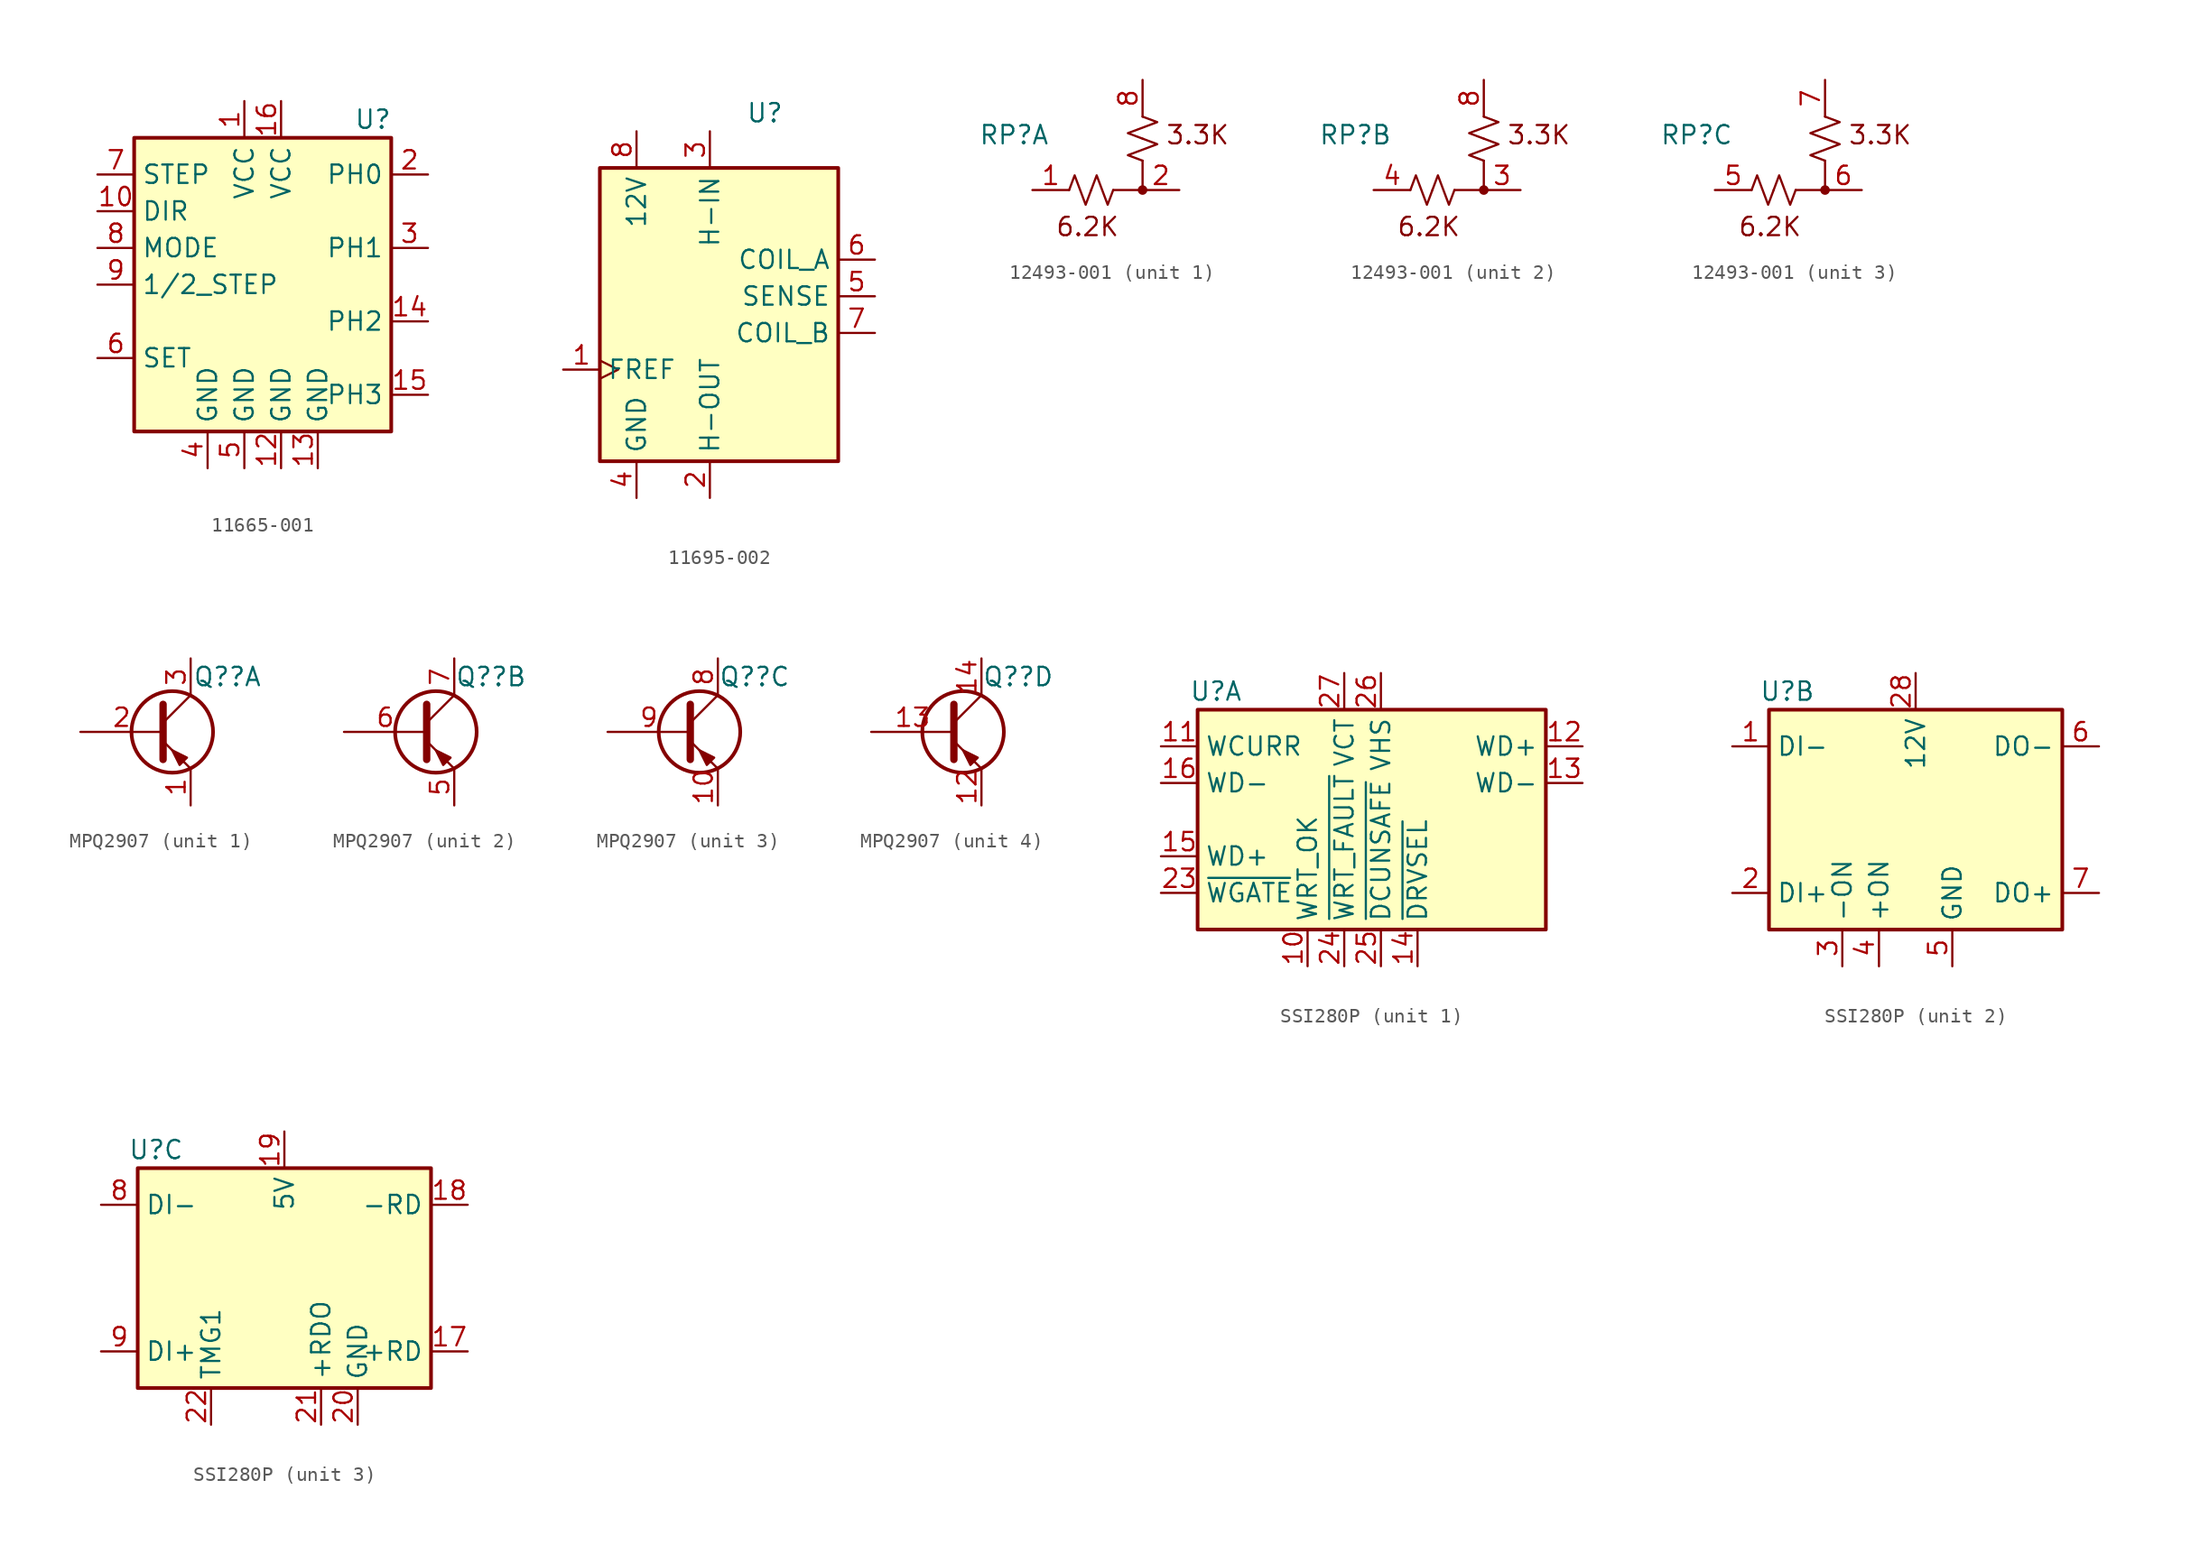
<source format=kicad_sym>
(kicad_symbol_lib
  (version 20220914)
  (generator kicad_symbol_editor)
  (symbol "11665-001"
    (property "Reference" "U"
      (at 16.51 1.27 0)
      (effects (font (size 1.27 1.27))))
    (property "Value" ""
      (at 0 0 0)
      (effects (font (size 1.27 1.27))))
    (symbol "11665-001_1_1"
      (rectangle (start 0 0) (end 17.78 -20.32) (stroke (width 0.254) (type default)) (fill (type background)))
      (pin power_in line (at 7.62 2.54 270) (length 2.54) (name "VCC" (effects (font (size 1.27 1.27)))) (number "1" (effects (font (size 1.27 1.27)))))
      (pin input line (at -2.54 -5.08 0) (length 2.54) (name "DIR" (effects (font (size 1.27 1.27)))) (number "10" (effects (font (size 1.27 1.27)))))
      (pin power_in line (at 10.16 -22.86 90) (length 2.54) (name "GND" (effects (font (size 1.27 1.27)))) (number "12" (effects (font (size 1.27 1.27)))))
      (pin power_in line (at 12.7 -22.86 90) (length 2.54) (name "GND" (effects (font (size 1.27 1.27)))) (number "13" (effects (font (size 1.27 1.27)))))
      (pin output line (at 20.32 -12.7 180) (length 2.54) (name "PH2" (effects (font (size 1.27 1.27)))) (number "14" (effects (font (size 1.27 1.27)))))
      (pin output line (at 20.32 -17.78 180) (length 2.54) (name "PH3" (effects (font (size 1.27 1.27)))) (number "15" (effects (font (size 1.27 1.27)))))
      (pin power_in line (at 10.16 2.54 270) (length 2.54) (name "VCC" (effects (font (size 1.27 1.27)))) (number "16" (effects (font (size 1.27 1.27)))))
      (pin output line (at 20.32 -2.54 180) (length 2.54) (name "PH0" (effects (font (size 1.27 1.27)))) (number "2" (effects (font (size 1.27 1.27)))))
      (pin output line (at 20.32 -7.62 180) (length 2.54) (name "PH1" (effects (font (size 1.27 1.27)))) (number "3" (effects (font (size 1.27 1.27)))))
      (pin power_in line (at 5.08 -22.86 90) (length 2.54) (name "GND" (effects (font (size 1.27 1.27)))) (number "4" (effects (font (size 1.27 1.27)))))
      (pin power_in line (at 7.62 -22.86 90) (length 2.54) (name "GND" (effects (font (size 1.27 1.27)))) (number "5" (effects (font (size 1.27 1.27)))))
      (pin passive line (at -2.54 -15.24 0) (length 2.54) (name "SET" (effects (font (size 1.27 1.27)))) (number "6" (effects (font (size 1.27 1.27)))))
      (pin input line (at -2.54 -2.54 0) (length 2.54) (name "STEP" (effects (font (size 1.27 1.27)))) (number "7" (effects (font (size 1.27 1.27)))))
      (pin input line (at -2.54 -7.62 0) (length 2.54) (name "MODE" (effects (font (size 1.27 1.27)))) (number "8" (effects (font (size 1.27 1.27)))))
      (pin input line (at -2.54 -10.16 0) (length 2.54) (name "1/2_STEP" (effects (font (size 1.27 1.27)))) (number "9" (effects (font (size 1.27 1.27)))))))
  (symbol "11695-002"
    (property "Reference" "U"
      (at 11.43 3.81 0)
      (effects (font (size 1.27 1.27))))
    (property "Value" ""
      (at 0 0 0)
      (effects (font (size 1.27 1.27))))
    (symbol "11695-002_1_0"
      (pin input clock (at -2.54 -13.97 0) (length 2.54) (name "FREF" (effects (font (size 1.27 1.27)))) (number "1" (effects (font (size 1.27 1.27)))))
      (pin passive line (at 7.62 -22.86 90) (length 2.54) (name "H-OUT" (effects (font (size 1.27 1.27)))) (number "2" (effects (font (size 1.27 1.27)))))
      (pin input line (at 7.62 2.54 270) (length 2.54) (name "H-IN" (effects (font (size 1.27 1.27)))) (number "3" (effects (font (size 1.27 1.27)))))
      (pin power_in line (at 2.54 -22.86 90) (length 2.54) (name "GND" (effects (font (size 1.27 1.27)))) (number "4" (effects (font (size 1.27 1.27)))))
      (pin input line (at 19.05 -8.89 180) (length 2.54) (name "SENSE" (effects (font (size 1.27 1.27)))) (number "5" (effects (font (size 1.27 1.27)))))
      (pin output line (at 19.05 -6.35 180) (length 2.54) (name "COIL_A" (effects (font (size 1.27 1.27)))) (number "6" (effects (font (size 1.27 1.27)))))
      (pin output line (at 19.05 -11.43 180) (length 2.54) (name "COIL_B" (effects (font (size 1.27 1.27)))) (number "7" (effects (font (size 1.27 1.27)))))
      (pin power_in line (at 2.54 2.54 270) (length 2.54) (name "12V" (effects (font (size 1.27 1.27)))) (number "8" (effects (font (size 1.27 1.27))))))
    (symbol "11695-002_1_1"
      (rectangle (start 0 0) (end 16.51 -20.32) (stroke (width 0.254) (type default)) (fill (type background)))))
  (symbol "12493-001"
    (pin_names hide)
    (property "Reference" "RP"
      (at -3.81 3.81 0)
      (effects (font (size 1.27 1.27))))
    (property "Value" ""
      (at 0 0 0)
      (effects (font (size 1.27 1.27))))
    (property "ki_locked" ""
      (at 0 0 0)
      (effects (font (size 1.27 1.27))))
    (symbol "12493-001_0_1"
      (text "3.3K" (at 8.89 3.81 0) (effects (font (size 1.27 1.27))))
      (text "6.2K" (at 1.27 -2.54 0) (effects (font (size 1.27 1.27)))))
    (symbol "12493-001_1_1"
      (polyline (pts (xy 3.048 0) (xy 5.08 0)) (stroke (width 0) (type default)) (fill (type none)))
      (polyline (pts (xy 5.08 2.032) (xy 5.08 0)) (stroke (width 0) (type default)) (fill (type none)))
      (polyline (pts (xy 0 0) (xy 0.381 1.016) (xy 0.762 0) (xy 1.143 -1.016) (xy 1.524 0)) (stroke (width 0) (type default)) (fill (type none)))
      (polyline (pts (xy 1.524 0) (xy 1.905 1.016) (xy 2.286 0) (xy 2.667 -1.016) (xy 3.048 0)) (stroke (width 0) (type default)) (fill (type none)))
      (polyline (pts (xy 5.08 3.556) (xy 6.096 3.175) (xy 5.08 2.794) (xy 4.064 2.413) (xy 5.08 2.032)) (stroke (width 0) (type default)) (fill (type none)))
      (polyline (pts (xy 5.08 5.08) (xy 6.096 4.699) (xy 5.08 4.318) (xy 4.064 3.937) (xy 5.08 3.556)) (stroke (width 0) (type default)) (fill (type none)))
      (circle (center 5.08 0) (radius 0.254) (stroke (width 0) (type default)) (fill (type outline)))
      (pin passive line (at -2.54 0 0) (length 2.54) (name "1" (effects (font (size 1.27 1.27)))) (number "1" (effects (font (size 1.27 1.27)))))
      (pin passive line (at 7.62 0 180) (length 2.54) (name "2" (effects (font (size 1.27 1.27)))) (number "2" (effects (font (size 1.27 1.27)))))
      (pin passive line (at 5.08 7.62 270) (length 2.54) (name "8" (effects (font (size 1.27 1.27)))) (number "8" (effects (font (size 1.27 1.27))))))
    (symbol "12493-001_2_1"
      (polyline (pts (xy 3.048 0) (xy 5.08 0)) (stroke (width 0) (type default)) (fill (type none)))
      (polyline (pts (xy 5.08 2.032) (xy 5.08 0)) (stroke (width 0) (type default)) (fill (type none)))
      (polyline (pts (xy 0 0) (xy 0.381 1.016) (xy 0.762 0) (xy 1.143 -1.016) (xy 1.524 0)) (stroke (width 0) (type default)) (fill (type none)))
      (polyline (pts (xy 1.524 0) (xy 1.905 1.016) (xy 2.286 0) (xy 2.667 -1.016) (xy 3.048 0)) (stroke (width 0) (type default)) (fill (type none)))
      (polyline (pts (xy 5.08 3.556) (xy 6.096 3.175) (xy 5.08 2.794) (xy 4.064 2.413) (xy 5.08 2.032)) (stroke (width 0) (type default)) (fill (type none)))
      (polyline (pts (xy 5.08 5.08) (xy 6.096 4.699) (xy 5.08 4.318) (xy 4.064 3.937) (xy 5.08 3.556)) (stroke (width 0) (type default)) (fill (type none)))
      (circle (center 5.08 0) (radius 0.254) (stroke (width 0) (type default)) (fill (type outline)))
      (pin passive line (at 7.62 0 180) (length 2.54) (name "3" (effects (font (size 1.27 1.27)))) (number "3" (effects (font (size 1.27 1.27)))))
      (pin passive line (at -2.54 0 0) (length 2.54) (name "4" (effects (font (size 1.27 1.27)))) (number "4" (effects (font (size 1.27 1.27)))))
      (pin passive line (at 5.08 7.62 270) (length 2.54) (name "8" (effects (font (size 1.27 1.27)))) (number "8" (effects (font (size 1.27 1.27))))))
    (symbol "12493-001_3_1"
      (polyline (pts (xy 3.048 0) (xy 5.08 0)) (stroke (width 0) (type default)) (fill (type none)))
      (polyline (pts (xy 5.08 2.032) (xy 5.08 0)) (stroke (width 0) (type default)) (fill (type none)))
      (polyline (pts (xy 0 0) (xy 0.381 1.016) (xy 0.762 0) (xy 1.143 -1.016) (xy 1.524 0)) (stroke (width 0) (type default)) (fill (type none)))
      (polyline (pts (xy 1.524 0) (xy 1.905 1.016) (xy 2.286 0) (xy 2.667 -1.016) (xy 3.048 0)) (stroke (width 0) (type default)) (fill (type none)))
      (polyline (pts (xy 5.08 3.556) (xy 6.096 3.175) (xy 5.08 2.794) (xy 4.064 2.413) (xy 5.08 2.032)) (stroke (width 0) (type default)) (fill (type none)))
      (polyline (pts (xy 5.08 5.08) (xy 6.096 4.699) (xy 5.08 4.318) (xy 4.064 3.937) (xy 5.08 3.556)) (stroke (width 0) (type default)) (fill (type none)))
      (circle (center 5.08 0) (radius 0.254) (stroke (width 0) (type default)) (fill (type outline)))
      (pin passive line (at -2.54 0 0) (length 2.54) (name "5" (effects (font (size 1.27 1.27)))) (number "5" (effects (font (size 1.27 1.27)))))
      (pin passive line (at 7.62 0 180) (length 2.54) (name "6" (effects (font (size 1.27 1.27)))) (number "6" (effects (font (size 1.27 1.27)))))
      (pin passive line (at 5.08 7.62 270) (length 2.54) (name "7" (effects (font (size 1.27 1.27)))) (number "7" (effects (font (size 1.27 1.27)))))))
  (symbol "MPQ2907"
    (pin_names hide)
    (property "Reference" "Q?"
      (at 5.08 3.81 0)
      (effects (font (size 1.27 1.27))))
    (property "Value" ""
      (at 0 0 0)
      (effects (font (size 1.27 1.27))))
    (symbol "MPQ2907_0_1"
      (polyline (pts (xy 0.635 0.635) (xy 2.54 2.54)) (stroke (width 0) (type default)) (fill (type none)))
      (polyline (pts (xy 0.635 -0.635) (xy 2.54 -2.54) (xy 2.54 -2.54)) (stroke (width 0) (type default)) (fill (type none)))
      (polyline (pts (xy 0.635 1.905) (xy 0.635 -1.905) (xy 0.635 -1.905)) (stroke (width 0.508) (type default)) (fill (type none)))
      (polyline (pts (xy 2.286 -1.778) (xy 1.778 -2.286) (xy 1.27 -1.27) (xy 2.286 -1.778) (xy 2.286 -1.778)) (stroke (width 0) (type default)) (fill (type outline)))
      (circle (center 1.27 0) (radius 2.819) (stroke (width 0.254) (type default)) (fill (type none))))
    (symbol "MPQ2907_1_1"
      (pin passive line (at 2.54 -5.08 90) (length 2.54) (name "E" (effects (font (size 1.27 1.27)))) (number "1" (effects (font (size 1.27 1.27)))))
      (pin input line (at -5.08 0 0) (length 5.715) (name "B" (effects (font (size 1.27 1.27)))) (number "2" (effects (font (size 1.27 1.27)))))
      (pin passive line (at 2.54 5.08 270) (length 2.54) (name "C" (effects (font (size 1.27 1.27)))) (number "3" (effects (font (size 1.27 1.27))))))
    (symbol "MPQ2907_2_1"
      (pin passive line (at 2.54 -5.08 90) (length 2.54) (name "E" (effects (font (size 1.27 1.27)))) (number "5" (effects (font (size 1.27 1.27)))))
      (pin input line (at -5.08 0 0) (length 5.715) (name "B" (effects (font (size 1.27 1.27)))) (number "6" (effects (font (size 1.27 1.27)))))
      (pin passive line (at 2.54 5.08 270) (length 2.54) (name "C" (effects (font (size 1.27 1.27)))) (number "7" (effects (font (size 1.27 1.27))))))
    (symbol "MPQ2907_3_1"
      (pin passive line (at 2.54 -5.08 90) (length 2.54) (name "E" (effects (font (size 1.27 1.27)))) (number "10" (effects (font (size 1.27 1.27)))))
      (pin passive line (at 2.54 5.08 270) (length 2.54) (name "C" (effects (font (size 1.27 1.27)))) (number "8" (effects (font (size 1.27 1.27)))))
      (pin input line (at -5.08 0 0) (length 5.715) (name "B" (effects (font (size 1.27 1.27)))) (number "9" (effects (font (size 1.27 1.27))))))
    (symbol "MPQ2907_4_1"
      (pin passive line (at 2.54 -5.08 90) (length 2.54) (name "E" (effects (font (size 1.27 1.27)))) (number "12" (effects (font (size 1.27 1.27)))))
      (pin input line (at -5.08 0 0) (length 5.715) (name "B" (effects (font (size 1.27 1.27)))) (number "13" (effects (font (size 1.27 1.27)))))
      (pin passive line (at 2.54 5.08 270) (length 2.54) (name "C" (effects (font (size 1.27 1.27)))) (number "14" (effects (font (size 1.27 1.27)))))))
  (symbol "SSI280P"
    (property "Reference" "U"
      (at 1.27 1.27 0)
      (effects (font (size 1.27 1.27))))
    (property "Value" ""
      (at 0 0 0)
      (effects (font (size 1.27 1.27))))
    (property "ki_locked" ""
      (at 0 0 0)
      (effects (font (size 1.27 1.27))))
    (symbol "SSI280P_1_1"
      (rectangle (start 0 0) (end 24.13 -15.24) (stroke (width 0.254) (type default)) (fill (type background)))
      (pin input line (at 7.62 -17.78 90) (length 2.54) (name "WRT_OK" (effects (font (size 1.27 1.27)))) (number "10" (effects (font (size 1.27 1.27)))))
      (pin output line (at -2.54 -2.54 0) (length 2.54) (name "WCURR" (effects (font (size 1.27 1.27)))) (number "11" (effects (font (size 1.27 1.27)))))
      (pin output line (at 26.67 -2.54 180) (length 2.54) (name "WD+" (effects (font (size 1.27 1.27)))) (number "12" (effects (font (size 1.27 1.27)))))
      (pin output line (at 26.67 -5.08 180) (length 2.54) (name "WD-" (effects (font (size 1.27 1.27)))) (number "13" (effects (font (size 1.27 1.27)))))
      (pin input line (at 15.24 -17.78 90) (length 2.54) (name "~{DRVSEL}" (effects (font (size 1.27 1.27)))) (number "14" (effects (font (size 1.27 1.27)))))
      (pin input line (at -2.54 -10.16 0) (length 2.54) (name "WD+" (effects (font (size 1.27 1.27)))) (number "15" (effects (font (size 1.27 1.27)))))
      (pin input line (at -2.54 -5.08 0) (length 2.54) (name "WD-" (effects (font (size 1.27 1.27)))) (number "16" (effects (font (size 1.27 1.27)))))
      (pin input line (at -2.54 -12.7 0) (length 2.54) (name "~{WGATE}" (effects (font (size 1.27 1.27)))) (number "23" (effects (font (size 1.27 1.27)))))
      (pin input line (at 10.16 -17.78 90) (length 2.54) (name "~{WRT_FAULT}" (effects (font (size 1.27 1.27)))) (number "24" (effects (font (size 1.27 1.27)))))
      (pin input line (at 12.7 -17.78 90) (length 2.54) (name "~{DCUNSAFE}" (effects (font (size 1.27 1.27)))) (number "25" (effects (font (size 1.27 1.27)))))
      (pin passive line (at 12.7 2.54 270) (length 2.54) (name "VHS" (effects (font (size 1.27 1.27)))) (number "26" (effects (font (size 1.27 1.27)))))
      (pin passive line (at 10.16 2.54 270) (length 2.54) (name "VCT" (effects (font (size 1.27 1.27)))) (number "27" (effects (font (size 1.27 1.27))))))
    (symbol "SSI280P_2_1"
      (rectangle (start 0 0) (end 20.32 -15.24) (stroke (width 0.254) (type default)) (fill (type background)))
      (pin input line (at -2.54 -2.54 0) (length 2.54) (name "DI-" (effects (font (size 1.27 1.27)))) (number "1" (effects (font (size 1.27 1.27)))))
      (pin input line (at -2.54 -12.7 0) (length 2.54) (name "DI+" (effects (font (size 1.27 1.27)))) (number "2" (effects (font (size 1.27 1.27)))))
      (pin power_in line (at 10.16 2.54 270) (length 2.54) (name "12V" (effects (font (size 1.27 1.27)))) (number "28" (effects (font (size 1.27 1.27)))))
      (pin passive line (at 5.08 -17.78 90) (length 2.54) (name "-ON" (effects (font (size 1.27 1.27)))) (number "3" (effects (font (size 1.27 1.27)))))
      (pin passive line (at 7.62 -17.78 90) (length 2.54) (name "+ON" (effects (font (size 1.27 1.27)))) (number "4" (effects (font (size 1.27 1.27)))))
      (pin power_in line (at 12.7 -17.78 90) (length 2.54) (name "GND" (effects (font (size 1.27 1.27)))) (number "5" (effects (font (size 1.27 1.27)))))
      (pin output line (at 22.86 -2.54 180) (length 2.54) (name "DO-" (effects (font (size 1.27 1.27)))) (number "6" (effects (font (size 1.27 1.27)))))
      (pin output line (at 22.86 -12.7 180) (length 2.54) (name "DO+" (effects (font (size 1.27 1.27)))) (number "7" (effects (font (size 1.27 1.27))))))
    (symbol "SSI280P_3_1"
      (rectangle (start 0 0) (end 20.32 -15.24) (stroke (width 0.254) (type default)) (fill (type background)))
      (pin output line (at 22.86 -12.7 180) (length 2.54) (name "+RD" (effects (font (size 1.27 1.27)))) (number "17" (effects (font (size 1.27 1.27)))))
      (pin output line (at 22.86 -2.54 180) (length 2.54) (name "-RD" (effects (font (size 1.27 1.27)))) (number "18" (effects (font (size 1.27 1.27)))))
      (pin power_in line (at 10.16 2.54 270) (length 2.54) (name "5V" (effects (font (size 1.27 1.27)))) (number "19" (effects (font (size 1.27 1.27)))))
      (pin power_in line (at 15.24 -17.78 90) (length 2.54) (name "GND" (effects (font (size 1.27 1.27)))) (number "20" (effects (font (size 1.27 1.27)))))
      (pin output line (at 12.7 -17.78 90) (length 2.54) (name "+RDO" (effects (font (size 1.27 1.27)))) (number "21" (effects (font (size 1.27 1.27)))))
      (pin passive line (at 5.08 -17.78 90) (length 2.54) (name "TMG1" (effects (font (size 1.27 1.27)))) (number "22" (effects (font (size 1.27 1.27)))))
      (pin input line (at -2.54 -2.54 0) (length 2.54) (name "DI-" (effects (font (size 1.27 1.27)))) (number "8" (effects (font (size 1.27 1.27)))))
      (pin input line (at -2.54 -12.7 0) (length 2.54) (name "DI+" (effects (font (size 1.27 1.27)))) (number "9" (effects (font (size 1.27 1.27))))))))
</source>
